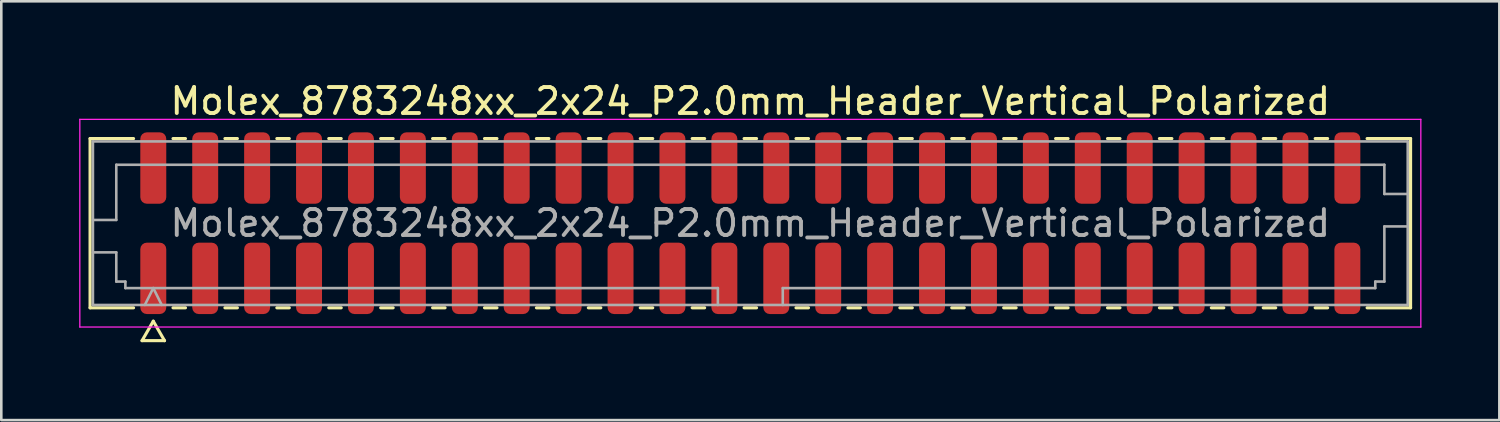
<source format=kicad_pcb>
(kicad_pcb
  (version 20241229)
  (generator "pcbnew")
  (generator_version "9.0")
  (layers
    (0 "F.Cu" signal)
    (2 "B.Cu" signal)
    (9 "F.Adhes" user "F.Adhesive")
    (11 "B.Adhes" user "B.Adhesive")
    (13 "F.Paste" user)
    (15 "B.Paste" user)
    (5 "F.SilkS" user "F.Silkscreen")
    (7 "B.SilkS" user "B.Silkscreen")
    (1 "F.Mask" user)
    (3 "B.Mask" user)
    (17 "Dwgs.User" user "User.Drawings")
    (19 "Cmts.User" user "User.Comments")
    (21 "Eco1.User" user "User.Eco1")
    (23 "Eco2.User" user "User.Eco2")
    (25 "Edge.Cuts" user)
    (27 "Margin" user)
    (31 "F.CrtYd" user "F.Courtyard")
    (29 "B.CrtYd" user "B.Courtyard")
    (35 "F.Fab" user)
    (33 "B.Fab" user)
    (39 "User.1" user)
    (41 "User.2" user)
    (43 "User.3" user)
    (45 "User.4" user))
  (footprint "Molex_8783248xx_2x24_P2.0mm_Header_Vertical_Polarized"
    (layer "F.Cu")
    (at 25.855 5.548)
    (property "Reference" "Molex_8783248xx_2x24_P2.0mm_Header_Vertical_Polarized" (at 0 -4.7 0) (layer "F.SilkS") (effects (font (size 1 1) (thickness 0.15))))
    (attr smd)
    (fp_line (start -25.435 -3.26) (end -23.76 -3.26) (stroke (width 0.12) (type solid)) (layer "F.SilkS"))
    (fp_line (start -25.435 3.26) (end -25.435 -3.26) (stroke (width 0.12) (type solid)) (layer "F.SilkS"))
    (fp_line (start -23.76 3.26) (end -25.435 3.26) (stroke (width 0.12) (type solid)) (layer "F.SilkS"))
    (fp_line (start -23.433 4.525) (end -23 3.775) (stroke (width 0.12) (type solid)) (layer "F.SilkS"))
    (fp_line (start -23 3.775) (end -22.567 4.525) (stroke (width 0.12) (type solid)) (layer "F.SilkS"))
    (fp_line (start -22.567 4.525) (end -23.433 4.525) (stroke (width 0.12) (type solid)) (layer "F.SilkS"))
    (fp_line (start -22.24 -3.26) (end -21.76 -3.26) (stroke (width 0.12) (type solid)) (layer "F.SilkS"))
    (fp_line (start -21.76 3.26) (end -22.24 3.26) (stroke (width 0.12) (type solid)) (layer "F.SilkS"))
    (fp_line (start -20.24 -3.26) (end -19.76 -3.26) (stroke (width 0.12) (type solid)) (layer "F.SilkS"))
    (fp_line (start -19.76 3.26) (end -20.24 3.26) (stroke (width 0.12) (type solid)) (layer "F.SilkS"))
    (fp_line (start -18.24 -3.26) (end -17.76 -3.26) (stroke (width 0.12) (type solid)) (layer "F.SilkS"))
    (fp_line (start -17.76 3.26) (end -18.24 3.26) (stroke (width 0.12) (type solid)) (layer "F.SilkS"))
    (fp_line (start -16.24 -3.26) (end -15.76 -3.26) (stroke (width 0.12) (type solid)) (layer "F.SilkS"))
    (fp_line (start -15.76 3.26) (end -16.24 3.26) (stroke (width 0.12) (type solid)) (layer "F.SilkS"))
    (fp_line (start -14.24 -3.26) (end -13.76 -3.26) (stroke (width 0.12) (type solid)) (layer "F.SilkS"))
    (fp_line (start -13.76 3.26) (end -14.24 3.26) (stroke (width 0.12) (type solid)) (layer "F.SilkS"))
    (fp_line (start -12.24 -3.26) (end -11.76 -3.26) (stroke (width 0.12) (type solid)) (layer "F.SilkS"))
    (fp_line (start -11.76 3.26) (end -12.24 3.26) (stroke (width 0.12) (type solid)) (layer "F.SilkS"))
    (fp_line (start -10.24 -3.26) (end -9.76 -3.26) (stroke (width 0.12) (type solid)) (layer "F.SilkS"))
    (fp_line (start -9.76 3.26) (end -10.24 3.26) (stroke (width 0.12) (type solid)) (layer "F.SilkS"))
    (fp_line (start -8.24 -3.26) (end -7.76 -3.26) (stroke (width 0.12) (type solid)) (layer "F.SilkS"))
    (fp_line (start -7.76 3.26) (end -8.24 3.26) (stroke (width 0.12) (type solid)) (layer "F.SilkS"))
    (fp_line (start -6.24 -3.26) (end -5.76 -3.26) (stroke (width 0.12) (type solid)) (layer "F.SilkS"))
    (fp_line (start -5.76 3.26) (end -6.24 3.26) (stroke (width 0.12) (type solid)) (layer "F.SilkS"))
    (fp_line (start -4.24 -3.26) (end -3.76 -3.26) (stroke (width 0.12) (type solid)) (layer "F.SilkS"))
    (fp_line (start -3.76 3.26) (end -4.24 3.26) (stroke (width 0.12) (type solid)) (layer "F.SilkS"))
    (fp_line (start -2.24 -3.26) (end -1.76 -3.26) (stroke (width 0.12) (type solid)) (layer "F.SilkS"))
    (fp_line (start -1.76 3.26) (end -2.24 3.26) (stroke (width 0.12) (type solid)) (layer "F.SilkS"))
    (fp_line (start -0.24 -3.26) (end 0.24 -3.26) (stroke (width 0.12) (type solid)) (layer "F.SilkS"))
    (fp_line (start 0.24 3.26) (end -0.24 3.26) (stroke (width 0.12) (type solid)) (layer "F.SilkS"))
    (fp_line (start 1.76 -3.26) (end 2.24 -3.26) (stroke (width 0.12) (type solid)) (layer "F.SilkS"))
    (fp_line (start 2.24 3.26) (end 1.76 3.26) (stroke (width 0.12) (type solid)) (layer "F.SilkS"))
    (fp_line (start 3.76 -3.26) (end 4.24 -3.26) (stroke (width 0.12) (type solid)) (layer "F.SilkS"))
    (fp_line (start 4.24 3.26) (end 3.76 3.26) (stroke (width 0.12) (type solid)) (layer "F.SilkS"))
    (fp_line (start 5.76 -3.26) (end 6.24 -3.26) (stroke (width 0.12) (type solid)) (layer "F.SilkS"))
    (fp_line (start 6.24 3.26) (end 5.76 3.26) (stroke (width 0.12) (type solid)) (layer "F.SilkS"))
    (fp_line (start 7.76 -3.26) (end 8.24 -3.26) (stroke (width 0.12) (type solid)) (layer "F.SilkS"))
    (fp_line (start 8.24 3.26) (end 7.76 3.26) (stroke (width 0.12) (type solid)) (layer "F.SilkS"))
    (fp_line (start 9.76 -3.26) (end 10.24 -3.26) (stroke (width 0.12) (type solid)) (layer "F.SilkS"))
    (fp_line (start 10.24 3.26) (end 9.76 3.26) (stroke (width 0.12) (type solid)) (layer "F.SilkS"))
    (fp_line (start 11.76 -3.26) (end 12.24 -3.26) (stroke (width 0.12) (type solid)) (layer "F.SilkS"))
    (fp_line (start 12.24 3.26) (end 11.76 3.26) (stroke (width 0.12) (type solid)) (layer "F.SilkS"))
    (fp_line (start 13.76 -3.26) (end 14.24 -3.26) (stroke (width 0.12) (type solid)) (layer "F.SilkS"))
    (fp_line (start 14.24 3.26) (end 13.76 3.26) (stroke (width 0.12) (type solid)) (layer "F.SilkS"))
    (fp_line (start 15.76 -3.26) (end 16.24 -3.26) (stroke (width 0.12) (type solid)) (layer "F.SilkS"))
    (fp_line (start 16.24 3.26) (end 15.76 3.26) (stroke (width 0.12) (type solid)) (layer "F.SilkS"))
    (fp_line (start 17.76 -3.26) (end 18.24 -3.26) (stroke (width 0.12) (type solid)) (layer "F.SilkS"))
    (fp_line (start 18.24 3.26) (end 17.76 3.26) (stroke (width 0.12) (type solid)) (layer "F.SilkS"))
    (fp_line (start 19.76 -3.26) (end 20.24 -3.26) (stroke (width 0.12) (type solid)) (layer "F.SilkS"))
    (fp_line (start 20.24 3.26) (end 19.76 3.26) (stroke (width 0.12) (type solid)) (layer "F.SilkS"))
    (fp_line (start 21.76 -3.26) (end 22.24 -3.26) (stroke (width 0.12) (type solid)) (layer "F.SilkS"))
    (fp_line (start 22.24 3.26) (end 21.76 3.26) (stroke (width 0.12) (type solid)) (layer "F.SilkS"))
    (fp_line (start 23.76 -3.26) (end 25.435 -3.26) (stroke (width 0.12) (type solid)) (layer "F.SilkS"))
    (fp_line (start 25.435 -3.26) (end 25.435 3.26) (stroke (width 0.12) (type solid)) (layer "F.SilkS"))
    (fp_line (start 25.435 3.26) (end 23.76 3.26) (stroke (width 0.12) (type solid)) (layer "F.SilkS"))
    (fp_line (start -25.83 -4) (end -25.83 4) (stroke (width 0.05) (type solid)) (layer "F.CrtYd"))
    (fp_line (start -25.83 4) (end 25.83 4) (stroke (width 0.05) (type solid)) (layer "F.CrtYd"))
    (fp_line (start 25.83 -4) (end -25.83 -4) (stroke (width 0.05) (type solid)) (layer "F.CrtYd"))
    (fp_line (start 25.83 4) (end 25.83 -4) (stroke (width 0.05) (type solid)) (layer "F.CrtYd"))
    (fp_line (start -25.325 -3.15) (end 25.325 -3.15) (stroke (width 0.1) (type solid)) (layer "F.Fab"))
    (fp_line (start -25.325 -0.125) (end -24.425 -0.125) (stroke (width 0.1) (type solid)) (layer "F.Fab"))
    (fp_line (start -25.325 1.125) (end -24.425 1.125) (stroke (width 0.1) (type solid)) (layer "F.Fab"))
    (fp_line (start -25.325 3.15) (end -25.325 -3.15) (stroke (width 0.1) (type solid)) (layer "F.Fab"))
    (fp_line (start -24.425 -2.25) (end 24.425 -2.25) (stroke (width 0.1) (type solid)) (layer "F.Fab"))
    (fp_line (start -24.425 -0.125) (end -24.425 -2.25) (stroke (width 0.1) (type solid)) (layer "F.Fab"))
    (fp_line (start -24.425 1.125) (end -24.425 2.25) (stroke (width 0.1) (type solid)) (layer "F.Fab"))
    (fp_line (start -24.425 2.25) (end -24.075 2.25) (stroke (width 0.1) (type solid)) (layer "F.Fab"))
    (fp_line (start -24.075 2.25) (end -24.075 2.5) (stroke (width 0.1) (type solid)) (layer "F.Fab"))
    (fp_line (start -24.075 2.5) (end -1.25 2.5) (stroke (width 0.1) (type solid)) (layer "F.Fab"))
    (fp_line (start -23.325 3.15) (end -23 2.5) (stroke (width 0.1) (type solid)) (layer "F.Fab"))
    (fp_line (start -23 2.5) (end -22.675 3.15) (stroke (width 0.1) (type solid)) (layer "F.Fab"))
    (fp_line (start -1.25 2.5) (end -1.25 3.15) (stroke (width 0.1) (type solid)) (layer "F.Fab"))
    (fp_line (start 1.25 2.5) (end 1.25 3.15) (stroke (width 0.1) (type solid)) (layer "F.Fab"))
    (fp_line (start 1.25 2.5) (end 24.075 2.5) (stroke (width 0.1) (type solid)) (layer "F.Fab"))
    (fp_line (start 24.075 2.25) (end 24.425 2.25) (stroke (width 0.1) (type solid)) (layer "F.Fab"))
    (fp_line (start 24.075 2.5) (end 24.075 2.25) (stroke (width 0.1) (type solid)) (layer "F.Fab"))
    (fp_line (start 24.425 -2.25) (end 24.425 -1.125) (stroke (width 0.1) (type solid)) (layer "F.Fab"))
    (fp_line (start 24.425 -1.125) (end 25.325 -1.125) (stroke (width 0.1) (type solid)) (layer "F.Fab"))
    (fp_line (start 24.425 0.125) (end 25.325 0.125) (stroke (width 0.1) (type solid)) (layer "F.Fab"))
    (fp_line (start 24.425 2.25) (end 24.425 0.125) (stroke (width 0.1) (type solid)) (layer "F.Fab"))
    (fp_line (start 25.325 -3.15) (end 25.325 3.15) (stroke (width 0.1) (type solid)) (layer "F.Fab"))
    (fp_line (start 25.325 3.15) (end -25.325 3.15) (stroke (width 0.1) (type solid)) (layer "F.Fab"))
    (fp_text user "${REFERENCE}" (at 0 0 0) (layer "F.Fab") (effects (font (size 1 1) (thickness 0.15))))
    (pad "1" smd roundrect (at -23 2.125) (size 1 2.75) (layers "F.Cu" "F.Mask" "F.Paste") (roundrect_rratio 0.25))
    (pad "2" smd roundrect (at -23 -2.125) (size 1 2.75) (layers "F.Cu" "F.Mask" "F.Paste") (roundrect_rratio 0.25))
    (pad "3" smd roundrect (at -21 2.125) (size 1 2.75) (layers "F.Cu" "F.Mask" "F.Paste") (roundrect_rratio 0.25))
    (pad "4" smd roundrect (at -21 -2.125) (size 1 2.75) (layers "F.Cu" "F.Mask" "F.Paste") (roundrect_rratio 0.25))
    (pad "5" smd roundrect (at -19 2.125) (size 1 2.75) (layers "F.Cu" "F.Mask" "F.Paste") (roundrect_rratio 0.25))
    (pad "6" smd roundrect (at -19 -2.125) (size 1 2.75) (layers "F.Cu" "F.Mask" "F.Paste") (roundrect_rratio 0.25))
    (pad "7" smd roundrect (at -17 2.125) (size 1 2.75) (layers "F.Cu" "F.Mask" "F.Paste") (roundrect_rratio 0.25))
    (pad "8" smd roundrect (at -17 -2.125) (size 1 2.75) (layers "F.Cu" "F.Mask" "F.Paste") (roundrect_rratio 0.25))
    (pad "9" smd roundrect (at -15 2.125) (size 1 2.75) (layers "F.Cu" "F.Mask" "F.Paste") (roundrect_rratio 0.25))
    (pad "10" smd roundrect (at -15 -2.125) (size 1 2.75) (layers "F.Cu" "F.Mask" "F.Paste") (roundrect_rratio 0.25))
    (pad "11" smd roundrect (at -13 2.125) (size 1 2.75) (layers "F.Cu" "F.Mask" "F.Paste") (roundrect_rratio 0.25))
    (pad "12" smd roundrect (at -13 -2.125) (size 1 2.75) (layers "F.Cu" "F.Mask" "F.Paste") (roundrect_rratio 0.25))
    (pad "13" smd roundrect (at -11 2.125) (size 1 2.75) (layers "F.Cu" "F.Mask" "F.Paste") (roundrect_rratio 0.25))
    (pad "14" smd roundrect (at -11 -2.125) (size 1 2.75) (layers "F.Cu" "F.Mask" "F.Paste") (roundrect_rratio 0.25))
    (pad "15" smd roundrect (at -9 2.125) (size 1 2.75) (layers "F.Cu" "F.Mask" "F.Paste") (roundrect_rratio 0.25))
    (pad "16" smd roundrect (at -9 -2.125) (size 1 2.75) (layers "F.Cu" "F.Mask" "F.Paste") (roundrect_rratio 0.25))
    (pad "17" smd roundrect (at -7 2.125) (size 1 2.75) (layers "F.Cu" "F.Mask" "F.Paste") (roundrect_rratio 0.25))
    (pad "18" smd roundrect (at -7 -2.125) (size 1 2.75) (layers "F.Cu" "F.Mask" "F.Paste") (roundrect_rratio 0.25))
    (pad "19" smd roundrect (at -5 2.125) (size 1 2.75) (layers "F.Cu" "F.Mask" "F.Paste") (roundrect_rratio 0.25))
    (pad "20" smd roundrect (at -5 -2.125) (size 1 2.75) (layers "F.Cu" "F.Mask" "F.Paste") (roundrect_rratio 0.25))
    (pad "21" smd roundrect (at -3 2.125) (size 1 2.75) (layers "F.Cu" "F.Mask" "F.Paste") (roundrect_rratio 0.25))
    (pad "22" smd roundrect (at -3 -2.125) (size 1 2.75) (layers "F.Cu" "F.Mask" "F.Paste") (roundrect_rratio 0.25))
    (pad "23" smd roundrect (at -1 2.125) (size 1 2.75) (layers "F.Cu" "F.Mask" "F.Paste") (roundrect_rratio 0.25))
    (pad "24" smd roundrect (at -1 -2.125) (size 1 2.75) (layers "F.Cu" "F.Mask" "F.Paste") (roundrect_rratio 0.25))
    (pad "25" smd roundrect (at 1 2.125) (size 1 2.75) (layers "F.Cu" "F.Mask" "F.Paste") (roundrect_rratio 0.25))
    (pad "26" smd roundrect (at 1 -2.125) (size 1 2.75) (layers "F.Cu" "F.Mask" "F.Paste") (roundrect_rratio 0.25))
    (pad "27" smd roundrect (at 3 2.125) (size 1 2.75) (layers "F.Cu" "F.Mask" "F.Paste") (roundrect_rratio 0.25))
    (pad "28" smd roundrect (at 3 -2.125) (size 1 2.75) (layers "F.Cu" "F.Mask" "F.Paste") (roundrect_rratio 0.25))
    (pad "29" smd roundrect (at 5 2.125) (size 1 2.75) (layers "F.Cu" "F.Mask" "F.Paste") (roundrect_rratio 0.25))
    (pad "30" smd roundrect (at 5 -2.125) (size 1 2.75) (layers "F.Cu" "F.Mask" "F.Paste") (roundrect_rratio 0.25))
    (pad "31" smd roundrect (at 7 2.125) (size 1 2.75) (layers "F.Cu" "F.Mask" "F.Paste") (roundrect_rratio 0.25))
    (pad "32" smd roundrect (at 7 -2.125) (size 1 2.75) (layers "F.Cu" "F.Mask" "F.Paste") (roundrect_rratio 0.25))
    (pad "33" smd roundrect (at 9 2.125) (size 1 2.75) (layers "F.Cu" "F.Mask" "F.Paste") (roundrect_rratio 0.25))
    (pad "34" smd roundrect (at 9 -2.125) (size 1 2.75) (layers "F.Cu" "F.Mask" "F.Paste") (roundrect_rratio 0.25))
    (pad "35" smd roundrect (at 11 2.125) (size 1 2.75) (layers "F.Cu" "F.Mask" "F.Paste") (roundrect_rratio 0.25))
    (pad "36" smd roundrect (at 11 -2.125) (size 1 2.75) (layers "F.Cu" "F.Mask" "F.Paste") (roundrect_rratio 0.25))
    (pad "37" smd roundrect (at 13 2.125) (size 1 2.75) (layers "F.Cu" "F.Mask" "F.Paste") (roundrect_rratio 0.25))
    (pad "38" smd roundrect (at 13 -2.125) (size 1 2.75) (layers "F.Cu" "F.Mask" "F.Paste") (roundrect_rratio 0.25))
    (pad "39" smd roundrect (at 15 2.125) (size 1 2.75) (layers "F.Cu" "F.Mask" "F.Paste") (roundrect_rratio 0.25))
    (pad "40" smd roundrect (at 15 -2.125) (size 1 2.75) (layers "F.Cu" "F.Mask" "F.Paste") (roundrect_rratio 0.25))
    (pad "41" smd roundrect (at 17 2.125) (size 1 2.75) (layers "F.Cu" "F.Mask" "F.Paste") (roundrect_rratio 0.25))
    (pad "42" smd roundrect (at 17 -2.125) (size 1 2.75) (layers "F.Cu" "F.Mask" "F.Paste") (roundrect_rratio 0.25))
    (pad "43" smd roundrect (at 19 2.125) (size 1 2.75) (layers "F.Cu" "F.Mask" "F.Paste") (roundrect_rratio 0.25))
    (pad "44" smd roundrect (at 19 -2.125) (size 1 2.75) (layers "F.Cu" "F.Mask" "F.Paste") (roundrect_rratio 0.25))
    (pad "45" smd roundrect (at 21 2.125) (size 1 2.75) (layers "F.Cu" "F.Mask" "F.Paste") (roundrect_rratio 0.25))
    (pad "46" smd roundrect (at 21 -2.125) (size 1 2.75) (layers "F.Cu" "F.Mask" "F.Paste") (roundrect_rratio 0.25))
    (pad "47" smd roundrect (at 23 2.125) (size 1 2.75) (layers "F.Cu" "F.Mask" "F.Paste") (roundrect_rratio 0.25))
    (pad "48" smd roundrect (at 23 -2.125) (size 1 2.75) (layers "F.Cu" "F.Mask" "F.Paste") (roundrect_rratio 0.25)))
  (gr_rect
    (start -3 -3)
    (end 54.71 13.133)
    (stroke (width 0.1) (type default))
    (fill no)
    (layer "Edge.Cuts")))
</source>
